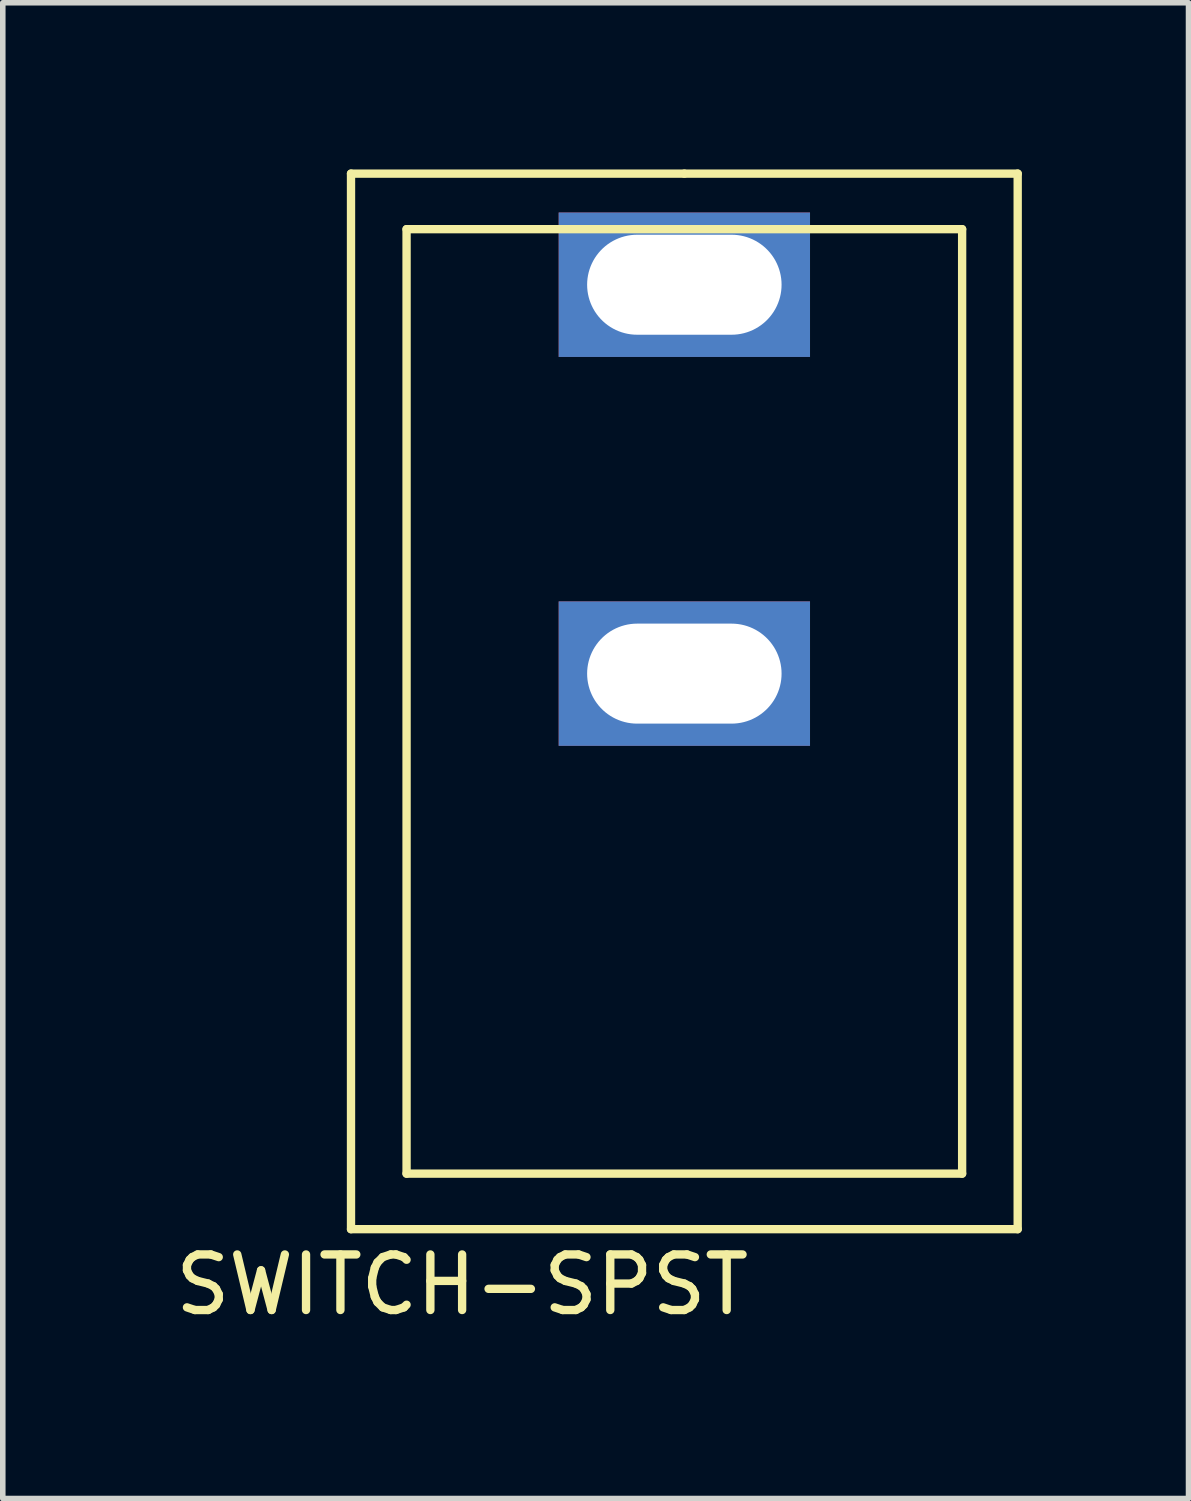
<source format=kicad_pcb>
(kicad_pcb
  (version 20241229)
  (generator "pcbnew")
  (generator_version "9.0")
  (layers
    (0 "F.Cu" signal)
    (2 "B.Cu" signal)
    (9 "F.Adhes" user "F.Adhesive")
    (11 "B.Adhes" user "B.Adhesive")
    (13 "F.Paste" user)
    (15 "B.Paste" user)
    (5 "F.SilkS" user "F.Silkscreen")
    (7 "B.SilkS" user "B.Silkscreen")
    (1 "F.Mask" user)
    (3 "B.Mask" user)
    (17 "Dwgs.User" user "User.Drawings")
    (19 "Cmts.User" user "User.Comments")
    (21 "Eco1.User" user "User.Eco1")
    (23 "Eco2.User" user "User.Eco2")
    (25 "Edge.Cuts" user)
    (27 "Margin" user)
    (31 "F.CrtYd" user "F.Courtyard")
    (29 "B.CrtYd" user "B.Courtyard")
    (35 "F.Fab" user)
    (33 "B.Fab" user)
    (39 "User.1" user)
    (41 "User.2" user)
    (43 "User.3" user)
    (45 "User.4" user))
  (footprint "SWITCH-SPST"
    (layer "F.Cu")
    (at 9.268 2.075)
    (property "Reference" "SWITCH-SPST" (at -4 18 0) (layer "F.SilkS") (effects (font (size 1 1) (thickness 0.15))))
    (attr through_hole)
    (fp_line (start -6 -2) (end 0 -2) (stroke (width 0.15) (type solid)) (layer "F.SilkS"))
    (fp_line (start -6 17) (end -6 -2) (stroke (width 0.15) (type solid)) (layer "F.SilkS"))
    (fp_line (start -5 -1) (end 5 -1) (stroke (width 0.15) (type solid)) (layer "F.SilkS"))
    (fp_line (start -5 16) (end -5 -1) (stroke (width 0.15) (type solid)) (layer "F.SilkS"))
    (fp_line (start 0 -2) (end 6 -2) (stroke (width 0.15) (type solid)) (layer "F.SilkS"))
    (fp_line (start 5 -1) (end 5 16) (stroke (width 0.15) (type solid)) (layer "F.SilkS"))
    (fp_line (start 5 16) (end -5 16) (stroke (width 0.15) (type solid)) (layer "F.SilkS"))
    (fp_line (start 6 -2) (end 6 17) (stroke (width 0.15) (type solid)) (layer "F.SilkS"))
    (fp_line (start 6 17) (end -6 17) (stroke (width 0.15) (type solid)) (layer "F.SilkS"))
    (pad "1" thru_hole rect (at 0 0) (size 4.524 2.6) (drill oval 3.5 1.8) (layers "*.Cu" "*.Mask"))
    (pad "2" thru_hole rect (at 0 7) (size 4.524 2.6) (drill oval 3.5 1.8) (layers "*.Cu" "*.Mask")))
  (gr_rect
    (start -3 -3)
    (end 18.343 23.923)
    (stroke (width 0.1) (type default))
    (fill no)
    (layer "Edge.Cuts")))
</source>
